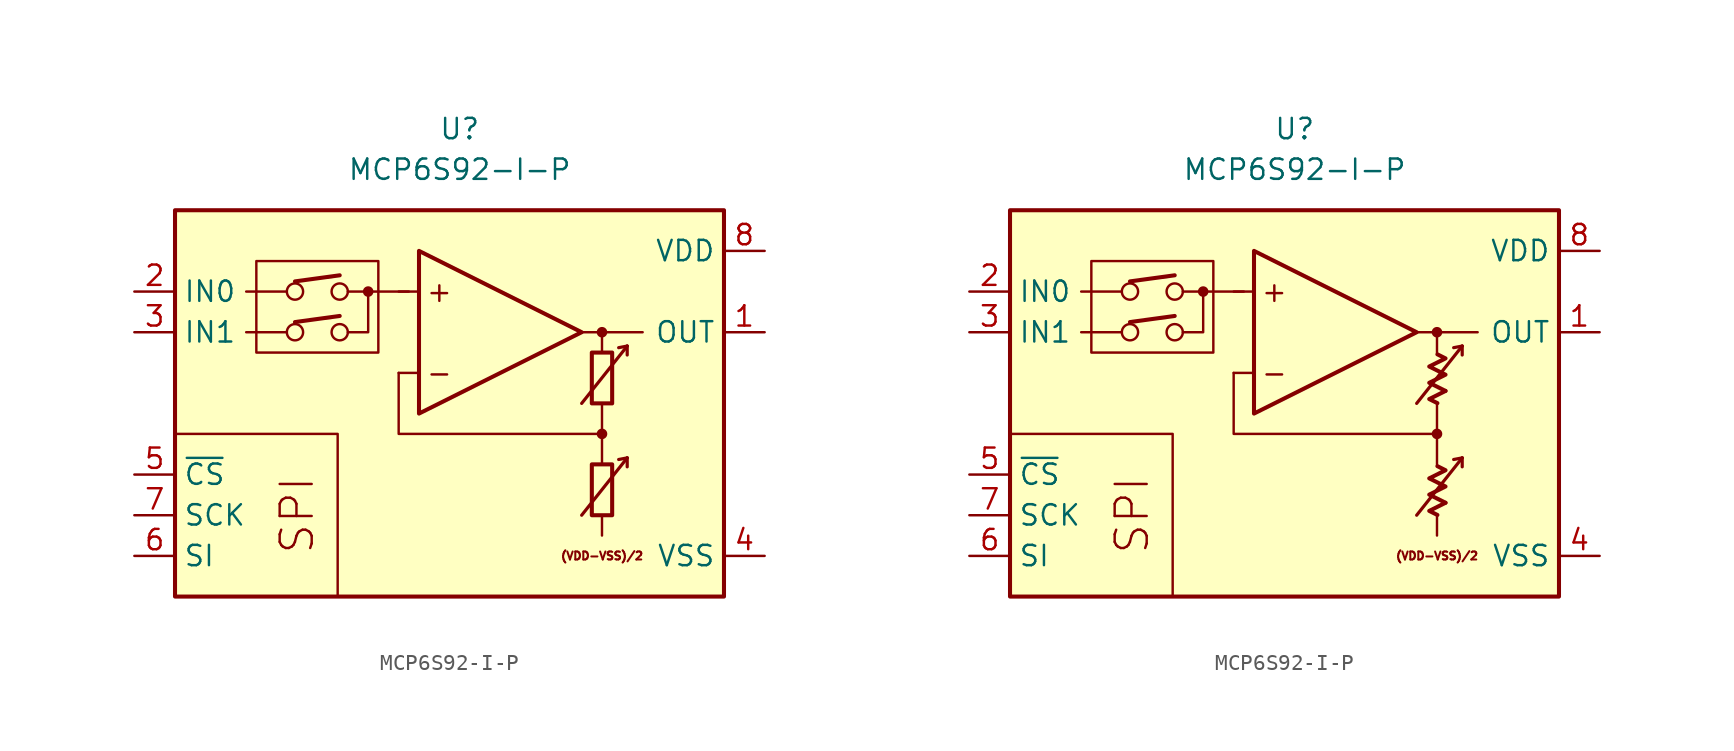
<source format=kicad_sym>
(kicad_symbol_lib
  (version 20231120)
  (generator "kicad_symbol_editor")
  (generator_version "8.0")
  (symbol "MCP6S92-I-P"
    (property "Reference" "U"
      (at 0 17.78 0)
      (effects (font (size 1.27 1.27))))
    (property "Value" "MCP6S92-I-P"
      (at 0 15.24 0)
      (effects (font (size 1.27 1.27))))
    (symbol "MCP6S92-I-P_0_0"
      (rectangle (start -17.78 12.7) (end 16.51 -11.43) (stroke (width 0.254) (type default)) (fill (type background)))
      (rectangle (start -12.7 9.525) (end -5.08 3.81) (stroke (width 0.152) (type default)) (fill (type none)))
      (circle (center -10.287 5.08) (radius 0.508) (stroke (width 0) (type default)) (fill (type none)))
      (circle (center -10.287 7.62) (radius 0.508) (stroke (width 0) (type default)) (fill (type none)))
      (circle (center -7.493 5.08) (radius 0.508) (stroke (width 0) (type default)) (fill (type none)))
      (circle (center -7.493 7.62) (radius 0.508) (stroke (width 0) (type default)) (fill (type none)))
      (circle (center -5.715 7.62) (radius 0.254) (stroke (width 0.152) (type default)) (fill (type outline)))
      (polyline (pts (xy 8.89 -3.81)) (stroke (width 0.152) (type default)) (fill (type none)))
      (polyline (pts (xy 8.89 -3.81)) (stroke (width 0.152) (type default)) (fill (type none)))
      (polyline (pts (xy 8.89 -3.175)) (stroke (width 0.152) (type default)) (fill (type none)))
      (polyline (pts (xy 8.89 3.175)) (stroke (width 0.152) (type default)) (fill (type none)))
      (polyline (pts (xy 8.89 3.81)) (stroke (width 0.152) (type default)) (fill (type none)))
      (polyline (pts (xy 8.89 3.81)) (stroke (width 0.152) (type default)) (fill (type none)))
      (polyline (pts (xy -10.795 5.08) (xy -13.335 5.08)) (stroke (width 0.152) (type default)) (fill (type none)))
      (polyline (pts (xy -10.795 7.62) (xy -13.335 7.62)) (stroke (width 0.152) (type default)) (fill (type none)))
      (polyline (pts (xy -10.287 5.715) (xy -7.493 6.096)) (stroke (width 0.254) (type default)) (fill (type none)))
      (polyline (pts (xy -10.287 8.255) (xy -7.493 8.636)) (stroke (width 0.254) (type default)) (fill (type none)))
      (polyline (pts (xy -3.175 7.62) (xy -6.985 7.62)) (stroke (width 0.152) (type default)) (fill (type none)))
      (polyline (pts (xy -2.54 2.54) (xy -3.81 2.54)) (stroke (width 0.152) (type default)) (fill (type none)))
      (polyline (pts (xy -2.54 7.62) (xy -3.81 7.62)) (stroke (width 0.152) (type default)) (fill (type none)))
      (polyline (pts (xy 7.62 5.08) (xy 11.43 5.08)) (stroke (width 0.152) (type default)) (fill (type none)))
      (polyline (pts (xy 8.89 -6.35) (xy 8.89 -7.62)) (stroke (width 0.152) (type default)) (fill (type none)))
      (polyline (pts (xy 8.89 -1.27) (xy 8.89 -3.175)) (stroke (width 0.152) (type default)) (fill (type none)))
      (polyline (pts (xy 8.89 0.635) (xy 8.89 -1.27)) (stroke (width 0.152) (type default)) (fill (type none)))
      (polyline (pts (xy 8.89 5.08) (xy 8.89 3.81)) (stroke (width 0.152) (type default)) (fill (type none)))
      (polyline (pts (xy -7.62 -11.43) (xy -7.62 -1.27) (xy -17.78 -1.27)) (stroke (width 0.152) (type default)) (fill (type none)))
      (polyline (pts (xy -6.985 5.08) (xy -5.715 5.08) (xy -5.715 7.62)) (stroke (width 0.152) (type default)) (fill (type none)))
      (polyline (pts (xy 8.89 -1.27) (xy -3.81 -1.27) (xy -3.81 2.54)) (stroke (width 0.152) (type default)) (fill (type none)))
      (circle (center 8.89 -1.27) (radius 0.254) (stroke (width 0.152) (type default)) (fill (type outline)))
      (circle (center 8.89 5.08) (radius 0.254) (stroke (width 0.152) (type default)) (fill (type outline)))
      (text "(VDD-VSS)/2" (at 8.89 -8.89 0) (effects (font (size 0.5 0.5))))
      (text "+" (at -1.27 7.62 0) (effects (font (size 1.27 1.27))))
      (text "-" (at -1.27 2.54 0) (effects (font (size 1.27 1.27))))
      (text "SPI" (at -10.16 -6.35 900) (effects (font (size 2 2)))))
    (symbol "MCP6S92-I-P_0_1"
      (rectangle (start 8.255 -3.175) (end 9.525 -6.35) (stroke (width 0.254) (type default)) (fill (type none)))
      (rectangle (start 8.255 3.81) (end 9.525 0.635) (stroke (width 0.254) (type default)) (fill (type none))))
    (symbol "MCP6S92-I-P_0_2"
      (polyline (pts (xy 9.422 -5.572) (xy 8.406 -6.08) (xy 8.915 -6.333)) (stroke (width 0.254) (type default)) (fill (type none)))
      (polyline (pts (xy 9.422 1.413) (xy 8.406 0.905) (xy 8.915 0.651)) (stroke (width 0.254) (type default)) (fill (type none)))
      (polyline (pts (xy 8.915 -3.285) (xy 9.422 -3.539) (xy 8.406 -4.048) (xy 9.422 -4.556) (xy 8.406 -5.064) (xy 9.422 -5.572)) (stroke (width 0.254) (type default)) (fill (type none)))
      (polyline (pts (xy 8.915 3.7) (xy 9.422 3.446) (xy 8.406 2.938) (xy 9.422 2.429) (xy 8.406 1.921) (xy 9.422 1.413)) (stroke (width 0.254) (type default)) (fill (type none))))
    (symbol "MCP6S92-I-P_1_0"
      (polyline (pts (xy 10.465 -2.769) (xy 9.931 -2.87)) (stroke (width 0.2) (type default)) (fill (type none)))
      (polyline (pts (xy 10.465 -2.769) (xy 10.465 -3.327)) (stroke (width 0.2) (type default)) (fill (type none)))
      (polyline (pts (xy 10.465 4.216) (xy 9.931 4.115)) (stroke (width 0.2) (type default)) (fill (type none)))
      (polyline (pts (xy 10.465 4.216) (xy 10.465 3.658)) (stroke (width 0.2) (type default)) (fill (type none)))
      (polyline (pts (xy -2.54 10.16) (xy -2.54 0) (xy 7.62 5.08) (xy -2.54 10.16)) (stroke (width 0.254) (type default)) (fill (type background)))
      (polyline (pts (xy 7.62 -6.35) (xy 10.465 -2.769) (xy 10.465 -2.769) (xy 10.465 -2.769)) (stroke (width 0.2) (type default)) (fill (type none)))
      (polyline (pts (xy 7.62 0.635) (xy 10.465 4.216) (xy 10.465 4.216) (xy 10.465 4.216)) (stroke (width 0.2) (type default)) (fill (type none))))
    (symbol "MCP6S92-I-P_1_1"
      (pin output line (at 19.05 5.08 180) (length 2.54) (name "OUT" (effects (font (size 1.27 1.27)))) (number "1" (effects (font (size 1.27 1.27)))))
      (pin input line (at -20.32 7.62 0) (length 2.54) (name "IN0" (effects (font (size 1.27 1.27)))) (number "2" (effects (font (size 1.27 1.27)))))
      (pin input line (at -20.32 5.08 0) (length 2.54) (name "IN1" (effects (font (size 1.27 1.27)))) (number "3" (effects (font (size 1.27 1.27)))))
      (pin power_in line (at 19.05 -8.89 180) (length 2.54) (name "VSS" (effects (font (size 1.27 1.27)))) (number "4" (effects (font (size 1.27 1.27)))))
      (pin input line (at -20.32 -3.81 0) (length 2.54) (name "~{CS}" (effects (font (size 1.27 1.27)))) (number "5" (effects (font (size 1.27 1.27)))))
      (pin input line (at -20.32 -8.89 0) (length 2.54) (name "SI" (effects (font (size 1.27 1.27)))) (number "6" (effects (font (size 1.27 1.27)))))
      (pin input line (at -20.32 -6.35 0) (length 2.54) (name "SCK" (effects (font (size 1.27 1.27)))) (number "7" (effects (font (size 1.27 1.27)))))
      (pin power_in line (at 19.05 10.16 180) (length 2.54) (name "VDD" (effects (font (size 1.27 1.27)))) (number "8" (effects (font (size 1.27 1.27))))))
    (symbol "MCP6S92-I-P_1_2"
      (pin output line (at 19.05 5.08 180) (length 2.54) (name "OUT" (effects (font (size 1.27 1.27)))) (number "1" (effects (font (size 1.27 1.27)))))
      (pin input line (at -20.32 7.62 0) (length 2.54) (name "IN0" (effects (font (size 1.27 1.27)))) (number "2" (effects (font (size 1.27 1.27)))))
      (pin input line (at -20.32 5.08 0) (length 2.54) (name "IN1" (effects (font (size 1.27 1.27)))) (number "3" (effects (font (size 1.27 1.27)))))
      (pin power_in line (at 19.05 -8.89 180) (length 2.54) (name "VSS" (effects (font (size 1.27 1.27)))) (number "4" (effects (font (size 1.27 1.27)))))
      (pin input line (at -20.32 -3.81 0) (length 2.54) (name "~{CS}" (effects (font (size 1.27 1.27)))) (number "5" (effects (font (size 1.27 1.27)))))
      (pin input line (at -20.32 -8.89 0) (length 2.54) (name "SI" (effects (font (size 1.27 1.27)))) (number "6" (effects (font (size 1.27 1.27)))))
      (pin input line (at -20.32 -6.35 0) (length 2.54) (name "SCK" (effects (font (size 1.27 1.27)))) (number "7" (effects (font (size 1.27 1.27)))))
      (pin power_in line (at 19.05 10.16 180) (length 2.54) (name "VDD" (effects (font (size 1.27 1.27)))) (number "8" (effects (font (size 1.27 1.27))))))))
</source>
